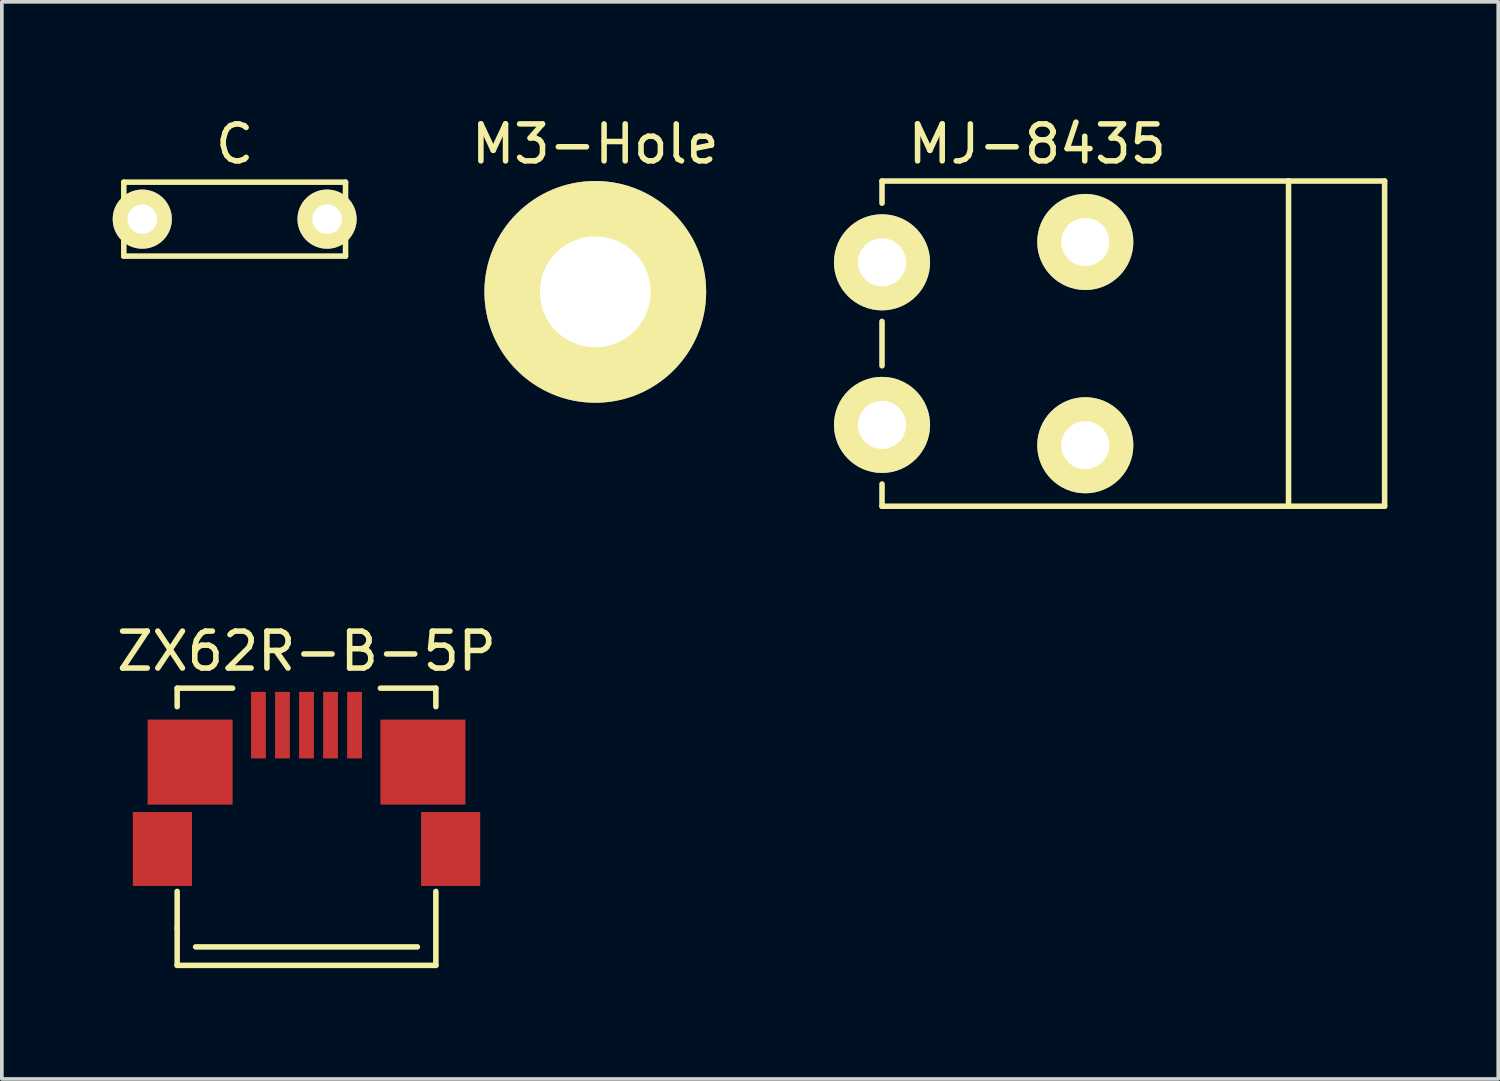
<source format=kicad_pcb>
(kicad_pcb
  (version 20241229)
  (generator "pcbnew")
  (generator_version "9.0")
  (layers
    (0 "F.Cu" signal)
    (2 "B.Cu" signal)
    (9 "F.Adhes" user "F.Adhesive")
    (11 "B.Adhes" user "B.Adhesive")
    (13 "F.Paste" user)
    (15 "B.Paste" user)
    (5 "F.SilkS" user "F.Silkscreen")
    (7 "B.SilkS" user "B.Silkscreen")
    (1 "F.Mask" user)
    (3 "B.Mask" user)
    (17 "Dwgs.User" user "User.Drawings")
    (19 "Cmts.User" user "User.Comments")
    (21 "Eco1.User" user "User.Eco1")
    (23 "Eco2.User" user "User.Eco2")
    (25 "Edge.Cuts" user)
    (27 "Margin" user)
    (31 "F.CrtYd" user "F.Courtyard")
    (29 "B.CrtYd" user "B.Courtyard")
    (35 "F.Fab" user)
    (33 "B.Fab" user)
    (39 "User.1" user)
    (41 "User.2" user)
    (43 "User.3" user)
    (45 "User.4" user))
  (footprint "ZX62R-B-5P"
    (layer "F.Cu")
    (at 5.244 16.572)
    (property "Reference" "ZX62R-B-5P" (at 0 -2 0) (layer "F.SilkS") (effects (font (size 1 1) (thickness 0.15))))
    (attr through_hole)
    (fp_line (start -3.5 -1) (end -3.5 -0.5) (stroke (width 0.15) (type solid)) (layer "F.SilkS"))
    (fp_line (start -3.5 4.5) (end -3.5 5.5) (stroke (width 0.15) (type solid)) (layer "F.SilkS"))
    (fp_line (start -3.5 5.5) (end -3.5 6.5) (stroke (width 0.15) (type solid)) (layer "F.SilkS"))
    (fp_line (start -3.5 6.5) (end 3.5 6.5) (stroke (width 0.15) (type solid)) (layer "F.SilkS"))
    (fp_line (start -3 6) (end 3 6) (stroke (width 0.15) (type solid)) (layer "F.SilkS"))
    (fp_line (start -2 -1) (end -3.5 -1) (stroke (width 0.15) (type solid)) (layer "F.SilkS"))
    (fp_line (start 2 -1) (end 3.5 -1) (stroke (width 0.15) (type solid)) (layer "F.SilkS"))
    (fp_line (start 3.5 -1) (end 3.5 -0.5) (stroke (width 0.15) (type solid)) (layer "F.SilkS"))
    (fp_line (start 3.5 6.5) (end 3.5 4.5) (stroke (width 0.15) (type solid)) (layer "F.SilkS"))
    (pad "1" smd rect (at 1.3 0) (size 0.4 1.8) (layers "F.Cu" "F.Mask" "F.Paste"))
    (pad "2" smd rect (at 0.65 0) (size 0.4 1.8) (layers "F.Cu" "F.Mask" "F.Paste"))
    (pad "3" smd rect (at 0 0) (size 0.4 1.8) (layers "F.Cu" "F.Mask" "F.Paste"))
    (pad "4" smd rect (at -0.65 0) (size 0.4 1.8) (layers "F.Cu" "F.Mask" "F.Paste"))
    (pad "5" smd rect (at -1.3 0) (size 0.4 1.8) (layers "F.Cu" "F.Mask" "F.Paste"))
    (pad "6" smd rect (at -3.9 3.35) (size 1.6 2) (layers "F.Cu" "F.Mask" "F.Paste"))
    (pad "6" smd rect (at -3.15 1) (size 2.3 2.3) (layers "F.Cu" "F.Mask" "F.Paste"))
    (pad "6" smd rect (at 3.15 1) (size 2.3 2.3) (layers "F.Cu" "F.Mask" "F.Paste"))
    (pad "6" smd rect (at 3.9 3.35) (size 1.6 2) (layers "F.Cu" "F.Mask" "F.Paste")))
  (footprint "C"
    (layer "F.Cu")
    (at 3.3 2.88)
    (property "Reference" "C" (at 0 -2.032 0) (layer "F.SilkS") (effects (font (size 1 1) (thickness 0.15))))
    (attr through_hole)
    (fp_line (start -3 -1) (end -3 1) (stroke (width 0.15) (type solid)) (layer "F.SilkS"))
    (fp_line (start -3 -1) (end 3 -1) (stroke (width 0.15) (type solid)) (layer "F.SilkS"))
    (fp_line (start -3 1) (end 3 1) (stroke (width 0.15) (type solid)) (layer "F.SilkS"))
    (fp_line (start 3 -1) (end 3 1) (stroke (width 0.15) (type solid)) (layer "F.SilkS"))
    (pad "1" thru_hole circle (at -2.5 0) (size 1.6 1.6) (drill 0.8) (layers "*.Cu" "*.Mask" "F.SilkS"))
    (pad "2" thru_hole circle (at 2.5 0) (size 1.6 1.6) (drill 0.8) (layers "*.Cu" "*.Mask" "F.SilkS")))
  (footprint "MJ-8435"
    (layer "F.Cu")
    (at 31.817 6.248)
    (property "Reference" "MJ-8435" (at -6.8 -5.4 0) (layer "F.SilkS") (effects (font (size 1 1) (thickness 0.15))))
    (attr through_hole)
    (fp_line (start -11 -4.4) (end -11 -3.8) (stroke (width 0.15) (type solid)) (layer "F.SilkS"))
    (fp_line (start -11 -4.4) (end 0 -4.4) (stroke (width 0.15) (type solid)) (layer "F.SilkS"))
    (fp_line (start -11 -0.6) (end -11 0.6) (stroke (width 0.15) (type solid)) (layer "F.SilkS"))
    (fp_line (start -11 4.4) (end -11 3.8) (stroke (width 0.15) (type solid)) (layer "F.SilkS"))
    (fp_line (start 0 -4.4) (end 0 4.4) (stroke (width 0.15) (type solid)) (layer "F.SilkS"))
    (fp_line (start 0 -4.4) (end 2.6 -4.4) (stroke (width 0.15) (type solid)) (layer "F.SilkS"))
    (fp_line (start 0 4.4) (end -11 4.4) (stroke (width 0.15) (type solid)) (layer "F.SilkS"))
    (fp_line (start 2.6 -4.4) (end 2.6 4.4) (stroke (width 0.15) (type solid)) (layer "F.SilkS"))
    (fp_line (start 2.6 4.4) (end 0 4.4) (stroke (width 0.15) (type solid)) (layer "F.SilkS"))
    (pad "1" thru_hole circle (at -5.5 -2.75) (size 2.6 2.6) (drill 1.3) (layers "*.Cu" "*.Mask" "F.SilkS"))
    (pad "1" thru_hole circle (at -5.5 2.75) (size 2.6 2.6) (drill 1.3) (layers "*.Cu" "*.Mask" "F.SilkS"))
    (pad "2" thru_hole circle (at -11 -2.2) (size 2.6 2.6) (drill 1.3) (layers "*.Cu" "*.Mask" "F.SilkS"))
    (pad "3" thru_hole circle (at -11 2.2) (size 2.6 2.6) (drill 1.3) (layers "*.Cu" "*.Mask" "F.SilkS")))
  (footprint "M3-Hole"
    (layer "F.Cu")
    (at 13.058 4.848)
    (property "Reference" "M3-Hole" (at 0 -4 0) (layer "F.SilkS") (effects (font (size 1 1) (thickness 0.15))))
    (attr through_hole)
    (pad "1" thru_hole circle (at 0 0) (size 6 6) (drill 3) (layers "*.Cu" "*.Mask" "F.SilkS")))
  (gr_rect
    (start -3 -3)
    (end 37.492 26.146)
    (stroke (width 0.1) (type default))
    (fill no)
    (layer "Edge.Cuts")))
</source>
